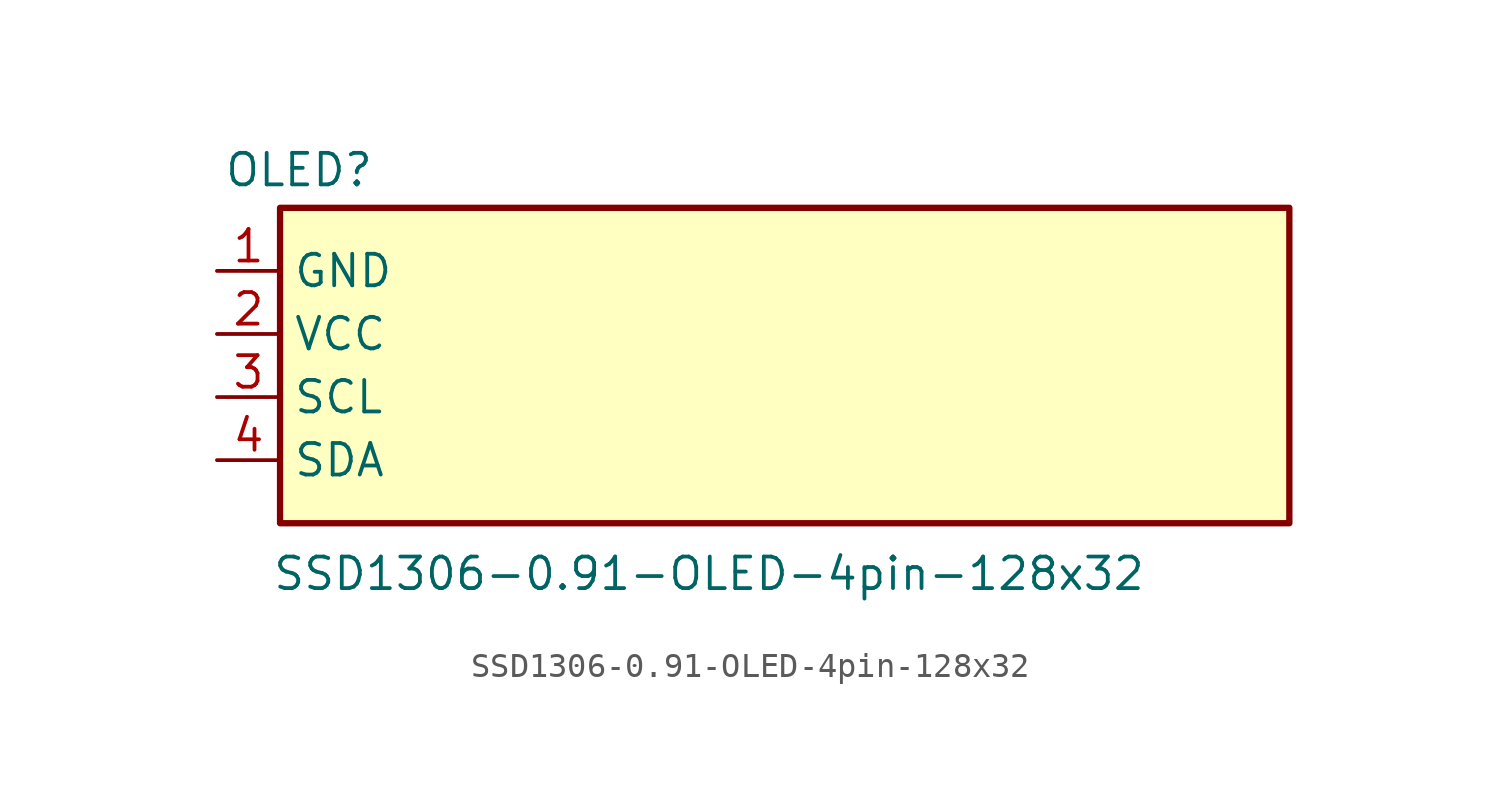
<source format=kicad_sym>
(kicad_symbol_lib
  (version 20231120)
  (generator "kicad_symbol_editor")
  (generator_version "8.0")
  (symbol "SSD1306-0.91-OLED-4pin-128x32"
    (property "Reference" "OLED"
      (at -9.398 11.684 0)
      (effects (font (size 1.27 1.27))))
    (property "Value" "SSD1306-0.91-OLED-4pin-128x32"
      (at 7.112 -4.572 0)
      (effects (font (size 1.27 1.27))))
    (symbol "SSD1306-0.91-OLED-4pin-128x32_0_1"
      (rectangle (start -10.16 10.16) (end 30.48 -2.54) (stroke (width 0.254) (type default)) (fill (type background))))
    (symbol "SSD1306-0.91-OLED-4pin-128x32_1_1"
      (pin power_in line (at -12.7 7.62 0) (length 2.54) (name "GND" (effects (font (size 1.27 1.27)))) (number "1" (effects (font (size 1.27 1.27)))))
      (pin power_in line (at -12.7 5.08 0) (length 2.54) (name "VCC" (effects (font (size 1.27 1.27)))) (number "2" (effects (font (size 1.27 1.27)))))
      (pin input line (at -12.7 2.54 0) (length 2.54) (name "SCL" (effects (font (size 1.27 1.27)))) (number "3" (effects (font (size 1.27 1.27)))))
      (pin bidirectional line (at -12.7 0 0) (length 2.54) (name "SDA" (effects (font (size 1.27 1.27)))) (number "4" (effects (font (size 1.27 1.27))))))))
</source>
